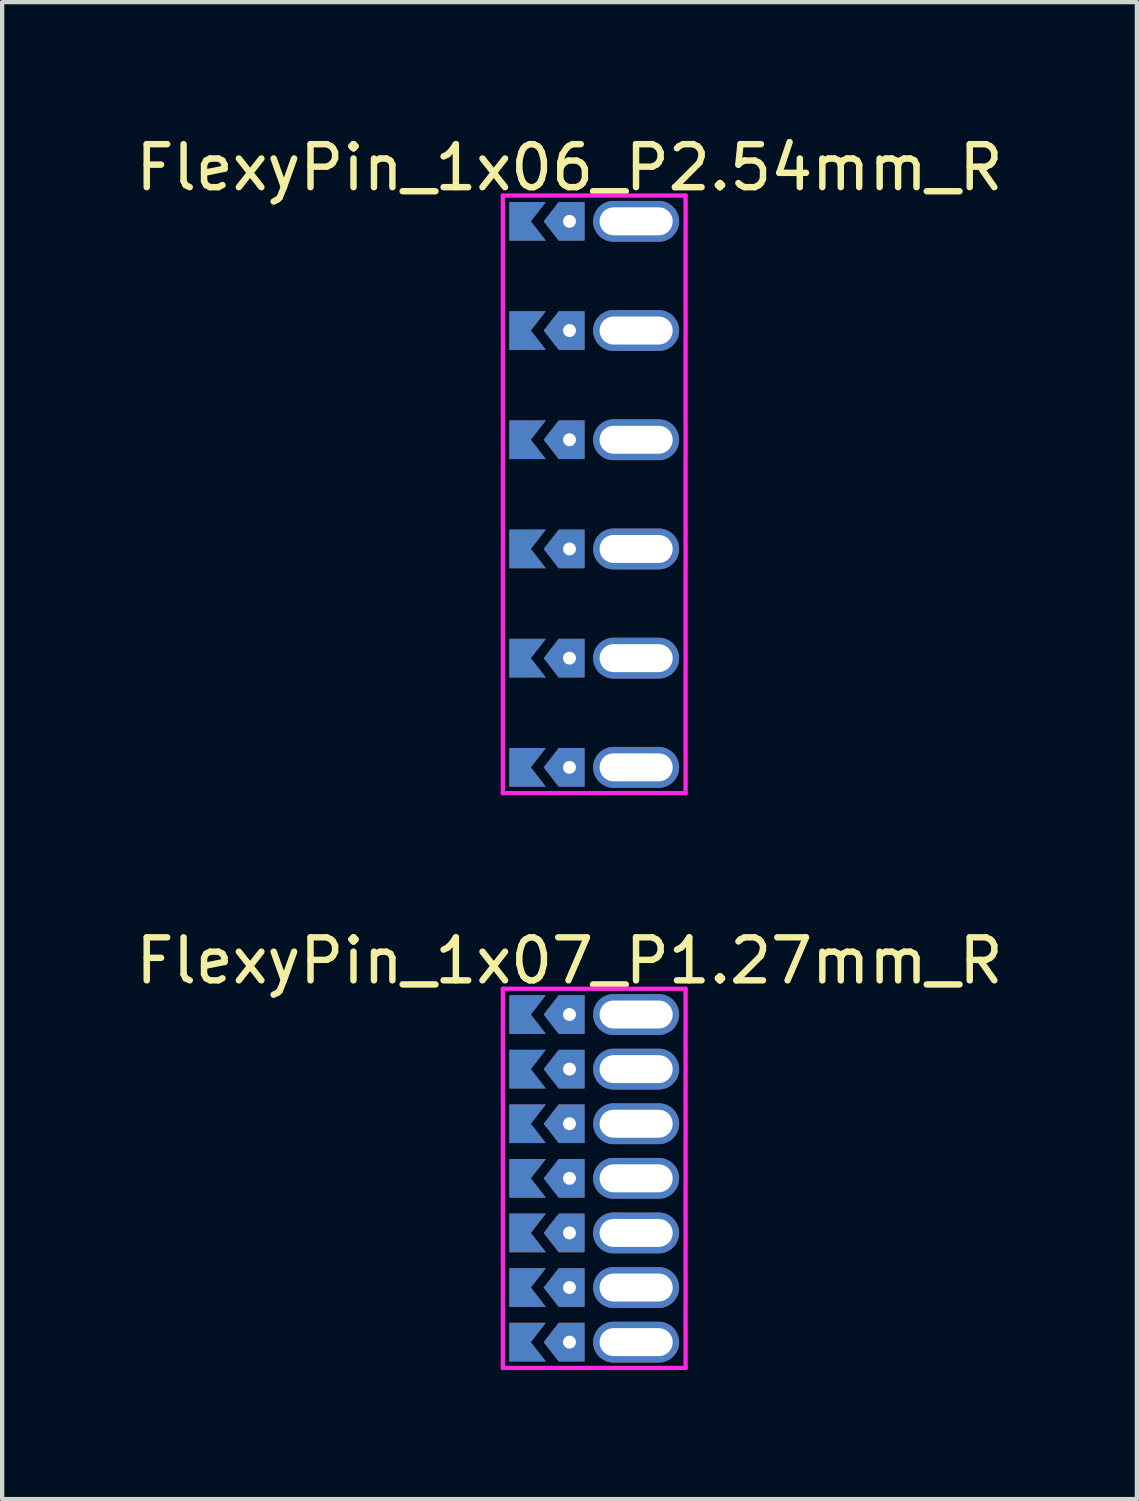
<source format=kicad_pcb>
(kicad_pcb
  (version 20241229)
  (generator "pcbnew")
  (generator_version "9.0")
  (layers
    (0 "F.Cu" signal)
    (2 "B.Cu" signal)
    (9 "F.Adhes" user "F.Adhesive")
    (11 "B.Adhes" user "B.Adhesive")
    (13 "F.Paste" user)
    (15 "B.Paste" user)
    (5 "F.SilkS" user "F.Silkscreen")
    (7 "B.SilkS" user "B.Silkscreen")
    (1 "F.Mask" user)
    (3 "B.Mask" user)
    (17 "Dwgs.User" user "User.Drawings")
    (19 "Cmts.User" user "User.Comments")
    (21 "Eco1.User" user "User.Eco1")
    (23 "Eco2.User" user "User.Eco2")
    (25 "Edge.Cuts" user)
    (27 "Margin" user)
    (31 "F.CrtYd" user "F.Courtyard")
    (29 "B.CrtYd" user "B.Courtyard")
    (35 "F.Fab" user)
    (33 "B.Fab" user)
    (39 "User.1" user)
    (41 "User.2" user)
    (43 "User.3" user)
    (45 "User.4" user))
  (footprint "FlexyPin_1x07_P1.27mm_R"
    (layer "F.Cu")
    (at 10.196 20.547)
    (property "Reference" "FlexyPin_1x07_P1.27mm_R" (at 0 -1.25 0) (layer "F.SilkS") (effects (font (size 1 1) (thickness 0.15))))
    (attr through_hole)
    (fp_line (start -1.55 -0.6) (end 2.7 -0.6) (stroke (width 0.1) (type solid)) (layer "F.CrtYd"))
    (fp_line (start -1.55 8.22) (end -1.55 -0.6) (stroke (width 0.1) (type solid)) (layer "F.CrtYd"))
    (fp_line (start 2.7 -0.6) (end 2.7 8.22) (stroke (width 0.1) (type solid)) (layer "F.CrtYd"))
    (fp_line (start 2.7 8.22) (end -1.55 8.22) (stroke (width 0.1) (type solid)) (layer "F.CrtYd"))
    (pad "" thru_hole custom (at 0 0) (size 0.3 0.3) (drill 0.6) (layers "*.Cu" "*.Mask") (options (anchor rect)) (primitives (gr_poly (pts (xy 0.35 0.45) (xy 0.35 -0.45) (xy -0.25 -0.45) (xy -0.6 0) (xy -0.25 0.45)) (width 0) (fill yes))))
    (pad "" thru_hole custom (at 0 1.27) (size 0.3 0.3) (drill 0.6) (layers "*.Cu" "*.Mask") (options (anchor rect)) (primitives (gr_poly (pts (xy 0.35 0.45) (xy 0.35 -0.45) (xy -0.25 -0.45) (xy -0.6 0) (xy -0.25 0.45)) (width 0) (fill yes))))
    (pad "" thru_hole custom (at 0 2.54) (size 0.3 0.3) (drill 0.6) (layers "*.Cu" "*.Mask") (options (anchor rect)) (primitives (gr_poly (pts (xy 0.35 0.45) (xy 0.35 -0.45) (xy -0.25 -0.45) (xy -0.6 0) (xy -0.25 0.45)) (width 0) (fill yes))))
    (pad "" thru_hole custom (at 0 3.81) (size 0.3 0.3) (drill 0.6) (layers "*.Cu" "*.Mask") (options (anchor rect)) (primitives (gr_poly (pts (xy 0.35 0.45) (xy 0.35 -0.45) (xy -0.25 -0.45) (xy -0.6 0) (xy -0.25 0.45)) (width 0) (fill yes))))
    (pad "" thru_hole custom (at 0 5.08) (size 0.3 0.3) (drill 0.6) (layers "*.Cu" "*.Mask") (options (anchor rect)) (primitives (gr_poly (pts (xy 0.35 0.45) (xy 0.35 -0.45) (xy -0.25 -0.45) (xy -0.6 0) (xy -0.25 0.45)) (width 0) (fill yes))))
    (pad "" thru_hole custom (at 0 6.35) (size 0.3 0.3) (drill 0.6) (layers "*.Cu" "*.Mask") (options (anchor rect)) (primitives (gr_poly (pts (xy 0.35 0.45) (xy 0.35 -0.45) (xy -0.25 -0.45) (xy -0.6 0) (xy -0.25 0.45)) (width 0) (fill yes))))
    (pad "" thru_hole custom (at 0 7.62) (size 0.3 0.3) (drill 0.6) (layers "*.Cu" "*.Mask") (options (anchor rect)) (primitives (gr_poly (pts (xy 0.35 0.45) (xy 0.35 -0.45) (xy -0.25 -0.45) (xy -0.6 0) (xy -0.25 0.45)) (width 0) (fill yes))))
    (pad "" thru_hole oval (at 1.55 0) (size 2 0.95) (drill oval 1.7 0.65) (layers "*.Cu" "*.Mask"))
    (pad "" thru_hole oval (at 1.55 1.27) (size 2 0.95) (drill oval 1.7 0.65) (layers "*.Cu" "*.Mask"))
    (pad "" thru_hole oval (at 1.55 2.54) (size 2 0.95) (drill oval 1.7 0.65) (layers "*.Cu" "*.Mask"))
    (pad "" thru_hole oval (at 1.55 3.81) (size 2 0.95) (drill oval 1.7 0.65) (layers "*.Cu" "*.Mask"))
    (pad "" thru_hole oval (at 1.55 5.08) (size 2 0.95) (drill oval 1.7 0.65) (layers "*.Cu" "*.Mask"))
    (pad "" thru_hole oval (at 1.55 6.35) (size 2 0.95) (drill oval 1.7 0.65) (layers "*.Cu" "*.Mask"))
    (pad "" thru_hole oval (at 1.55 7.62) (size 2 0.95) (drill oval 1.7 0.65) (layers "*.Cu" "*.Mask"))
    (pad "1" smd custom (at -0.9 0) (size 0.01 0.01) (layers "F.Cu" "F.Mask") (options (anchor rect)) (primitives (gr_poly (pts (xy 0 0) (xy 0.35 0.45) (xy -0.5 0.45) (xy -0.5 -0.45) (xy 0.35 -0.45)) (width 0) (fill yes))))
    (pad "2" smd custom (at -0.9 1.27) (size 0.01 0.01) (layers "F.Cu" "F.Mask") (options (anchor rect)) (primitives (gr_poly (pts (xy 0 0) (xy 0.35 0.45) (xy -0.5 0.45) (xy -0.5 -0.45) (xy 0.35 -0.45)) (width 0) (fill yes))))
    (pad "3" smd custom (at -0.9 2.54) (size 0.01 0.01) (layers "F.Cu" "F.Mask") (options (anchor rect)) (primitives (gr_poly (pts (xy 0 0) (xy 0.35 0.45) (xy -0.5 0.45) (xy -0.5 -0.45) (xy 0.35 -0.45)) (width 0) (fill yes))))
    (pad "4" smd custom (at -0.9 3.81) (size 0.01 0.01) (layers "F.Cu" "F.Mask") (options (anchor rect)) (primitives (gr_poly (pts (xy 0 0) (xy 0.35 0.45) (xy -0.5 0.45) (xy -0.5 -0.45) (xy 0.35 -0.45)) (width 0) (fill yes))))
    (pad "5" smd custom (at -0.9 5.08) (size 0.01 0.01) (layers "F.Cu" "F.Mask") (options (anchor rect)) (primitives (gr_poly (pts (xy 0 0) (xy 0.35 0.45) (xy -0.5 0.45) (xy -0.5 -0.45) (xy 0.35 -0.45)) (width 0) (fill yes))))
    (pad "6" smd custom (at -0.9 6.35) (size 0.01 0.01) (layers "F.Cu" "F.Mask") (options (anchor rect)) (primitives (gr_poly (pts (xy 0 0) (xy 0.35 0.45) (xy -0.5 0.45) (xy -0.5 -0.45) (xy 0.35 -0.45)) (width 0) (fill yes))))
    (pad "7" smd custom (at -0.9 7.62) (size 0.01 0.01) (layers "F.Cu" "F.Mask") (options (anchor rect)) (primitives (gr_poly (pts (xy 0 0) (xy 0.35 0.45) (xy -0.5 0.45) (xy -0.5 -0.45) (xy 0.35 -0.45)) (width 0) (fill yes))))
    (pad "8" smd custom (at -0.9 0) (size 0.01 0.01) (layers "B.Cu" "B.Mask") (options (anchor rect)) (primitives (gr_poly (pts (xy 0 0) (xy 0.35 0.45) (xy -0.5 0.45) (xy -0.5 -0.45) (xy 0.35 -0.45)) (width 0) (fill yes))))
    (pad "9" smd custom (at -0.9 1.27) (size 0.01 0.01) (layers "B.Cu" "B.Mask") (options (anchor rect)) (primitives (gr_poly (pts (xy 0 0) (xy 0.35 0.45) (xy -0.5 0.45) (xy -0.5 -0.45) (xy 0.35 -0.45)) (width 0) (fill yes))))
    (pad "10" smd custom (at -0.9 2.54) (size 0.01 0.01) (layers "B.Cu" "B.Mask") (options (anchor rect)) (primitives (gr_poly (pts (xy 0 0) (xy 0.35 0.45) (xy -0.5 0.45) (xy -0.5 -0.45) (xy 0.35 -0.45)) (width 0) (fill yes))))
    (pad "11" smd custom (at -0.9 3.81) (size 0.01 0.01) (layers "B.Cu" "B.Mask") (options (anchor rect)) (primitives (gr_poly (pts (xy 0 0) (xy 0.35 0.45) (xy -0.5 0.45) (xy -0.5 -0.45) (xy 0.35 -0.45)) (width 0) (fill yes))))
    (pad "12" smd custom (at -0.9 5.08) (size 0.01 0.01) (layers "B.Cu" "B.Mask") (options (anchor rect)) (primitives (gr_poly (pts (xy 0 0) (xy 0.35 0.45) (xy -0.5 0.45) (xy -0.5 -0.45) (xy 0.35 -0.45)) (width 0) (fill yes))))
    (pad "13" smd custom (at -0.9 6.35) (size 0.01 0.01) (layers "B.Cu" "B.Mask") (options (anchor rect)) (primitives (gr_poly (pts (xy 0 0) (xy 0.35 0.45) (xy -0.5 0.45) (xy -0.5 -0.45) (xy 0.35 -0.45)) (width 0) (fill yes))))
    (pad "14" smd custom (at -0.9 7.62) (size 0.01 0.01) (layers "B.Cu" "B.Mask") (options (anchor rect)) (primitives (gr_poly (pts (xy 0 0) (xy 0.35 0.45) (xy -0.5 0.45) (xy -0.5 -0.45) (xy 0.35 -0.45)) (width 0) (fill yes)))))
  (footprint "FlexyPin_1x06_P2.54mm_R"
    (layer "F.Cu")
    (at 10.196 2.098)
    (property "Reference" "FlexyPin_1x06_P2.54mm_R" (at 0 -1.25 0) (layer "F.SilkS") (effects (font (size 1 1) (thickness 0.15))))
    (attr through_hole)
    (fp_line (start -1.55 -0.6) (end 2.7 -0.6) (stroke (width 0.1) (type solid)) (layer "F.CrtYd"))
    (fp_line (start -1.55 13.3) (end -1.55 -0.6) (stroke (width 0.1) (type solid)) (layer "F.CrtYd"))
    (fp_line (start 2.7 -0.6) (end 2.7 13.3) (stroke (width 0.1) (type solid)) (layer "F.CrtYd"))
    (fp_line (start 2.7 13.3) (end -1.55 13.3) (stroke (width 0.1) (type solid)) (layer "F.CrtYd"))
    (pad "" thru_hole custom (at 0 0) (size 0.3 0.3) (drill 0.6) (layers "*.Cu" "*.Mask") (options (anchor rect)) (primitives (gr_poly (pts (xy 0.35 0.45) (xy 0.35 -0.45) (xy -0.25 -0.45) (xy -0.6 0) (xy -0.25 0.45)) (width 0) (fill yes))))
    (pad "" thru_hole custom (at 0 2.54) (size 0.3 0.3) (drill 0.6) (layers "*.Cu" "*.Mask") (options (anchor rect)) (primitives (gr_poly (pts (xy 0.35 0.45) (xy 0.35 -0.45) (xy -0.25 -0.45) (xy -0.6 0) (xy -0.25 0.45)) (width 0) (fill yes))))
    (pad "" thru_hole custom (at 0 5.08) (size 0.3 0.3) (drill 0.6) (layers "*.Cu" "*.Mask") (options (anchor rect)) (primitives (gr_poly (pts (xy 0.35 0.45) (xy 0.35 -0.45) (xy -0.25 -0.45) (xy -0.6 0) (xy -0.25 0.45)) (width 0) (fill yes))))
    (pad "" thru_hole custom (at 0 7.62) (size 0.3 0.3) (drill 0.6) (layers "*.Cu" "*.Mask") (options (anchor rect)) (primitives (gr_poly (pts (xy 0.35 0.45) (xy 0.35 -0.45) (xy -0.25 -0.45) (xy -0.6 0) (xy -0.25 0.45)) (width 0) (fill yes))))
    (pad "" thru_hole custom (at 0 10.16) (size 0.3 0.3) (drill 0.6) (layers "*.Cu" "*.Mask") (options (anchor rect)) (primitives (gr_poly (pts (xy 0.35 0.45) (xy 0.35 -0.45) (xy -0.25 -0.45) (xy -0.6 0) (xy -0.25 0.45)) (width 0) (fill yes))))
    (pad "" thru_hole custom (at 0 12.7) (size 0.3 0.3) (drill 0.6) (layers "*.Cu" "*.Mask") (options (anchor rect)) (primitives (gr_poly (pts (xy 0.35 0.45) (xy 0.35 -0.45) (xy -0.25 -0.45) (xy -0.6 0) (xy -0.25 0.45)) (width 0) (fill yes))))
    (pad "" thru_hole oval (at 1.55 0) (size 2 0.95) (drill oval 1.7 0.65) (layers "*.Cu" "*.Mask"))
    (pad "" thru_hole oval (at 1.55 2.54) (size 2 0.95) (drill oval 1.7 0.65) (layers "*.Cu" "*.Mask"))
    (pad "" thru_hole oval (at 1.55 5.08) (size 2 0.95) (drill oval 1.7 0.65) (layers "*.Cu" "*.Mask"))
    (pad "" thru_hole oval (at 1.55 7.62) (size 2 0.95) (drill oval 1.7 0.65) (layers "*.Cu" "*.Mask"))
    (pad "" thru_hole oval (at 1.55 10.16) (size 2 0.95) (drill oval 1.7 0.65) (layers "*.Cu" "*.Mask"))
    (pad "" thru_hole oval (at 1.55 12.7) (size 2 0.95) (drill oval 1.7 0.65) (layers "*.Cu" "*.Mask"))
    (pad "1" smd custom (at -0.9 0) (size 0.01 0.01) (layers "F.Cu" "F.Mask") (options (anchor rect)) (primitives (gr_poly (pts (xy 0 0) (xy 0.35 0.45) (xy -0.5 0.45) (xy -0.5 -0.45) (xy 0.35 -0.45)) (width 0) (fill yes))))
    (pad "2" smd custom (at -0.9 2.54) (size 0.01 0.01) (layers "F.Cu" "F.Mask") (options (anchor rect)) (primitives (gr_poly (pts (xy 0 0) (xy 0.35 0.45) (xy -0.5 0.45) (xy -0.5 -0.45) (xy 0.35 -0.45)) (width 0) (fill yes))))
    (pad "3" smd custom (at -0.9 5.08) (size 0.01 0.01) (layers "F.Cu" "F.Mask") (options (anchor rect)) (primitives (gr_poly (pts (xy 0 0) (xy 0.35 0.45) (xy -0.5 0.45) (xy -0.5 -0.45) (xy 0.35 -0.45)) (width 0) (fill yes))))
    (pad "4" smd custom (at -0.9 7.62) (size 0.01 0.01) (layers "F.Cu" "F.Mask") (options (anchor rect)) (primitives (gr_poly (pts (xy 0 0) (xy 0.35 0.45) (xy -0.5 0.45) (xy -0.5 -0.45) (xy 0.35 -0.45)) (width 0) (fill yes))))
    (pad "5" smd custom (at -0.9 10.16) (size 0.01 0.01) (layers "F.Cu" "F.Mask") (options (anchor rect)) (primitives (gr_poly (pts (xy 0 0) (xy 0.35 0.45) (xy -0.5 0.45) (xy -0.5 -0.45) (xy 0.35 -0.45)) (width 0) (fill yes))))
    (pad "6" smd custom (at -0.9 12.7) (size 0.01 0.01) (layers "F.Cu" "F.Mask") (options (anchor rect)) (primitives (gr_poly (pts (xy 0 0) (xy 0.35 0.45) (xy -0.5 0.45) (xy -0.5 -0.45) (xy 0.35 -0.45)) (width 0) (fill yes))))
    (pad "7" smd custom (at -0.9 0) (size 0.01 0.01) (layers "B.Cu" "B.Mask") (options (anchor rect)) (primitives (gr_poly (pts (xy 0 0) (xy 0.35 0.45) (xy -0.5 0.45) (xy -0.5 -0.45) (xy 0.35 -0.45)) (width 0) (fill yes))))
    (pad "8" smd custom (at -0.9 2.54) (size 0.01 0.01) (layers "B.Cu" "B.Mask") (options (anchor rect)) (primitives (gr_poly (pts (xy 0 0) (xy 0.35 0.45) (xy -0.5 0.45) (xy -0.5 -0.45) (xy 0.35 -0.45)) (width 0) (fill yes))))
    (pad "9" smd custom (at -0.9 5.08) (size 0.01 0.01) (layers "B.Cu" "B.Mask") (options (anchor rect)) (primitives (gr_poly (pts (xy 0 0) (xy 0.35 0.45) (xy -0.5 0.45) (xy -0.5 -0.45) (xy 0.35 -0.45)) (width 0) (fill yes))))
    (pad "10" smd custom (at -0.9 7.62) (size 0.01 0.01) (layers "B.Cu" "B.Mask") (options (anchor rect)) (primitives (gr_poly (pts (xy 0 0) (xy 0.35 0.45) (xy -0.5 0.45) (xy -0.5 -0.45) (xy 0.35 -0.45)) (width 0) (fill yes))))
    (pad "11" smd custom (at -0.9 10.16) (size 0.01 0.01) (layers "B.Cu" "B.Mask") (options (anchor rect)) (primitives (gr_poly (pts (xy 0 0) (xy 0.35 0.45) (xy -0.5 0.45) (xy -0.5 -0.45) (xy 0.35 -0.45)) (width 0) (fill yes))))
    (pad "12" smd custom (at -0.9 12.7) (size 0.01 0.01) (layers "B.Cu" "B.Mask") (options (anchor rect)) (primitives (gr_poly (pts (xy 0 0) (xy 0.35 0.45) (xy -0.5 0.45) (xy -0.5 -0.45) (xy 0.35 -0.45)) (width 0) (fill yes)))))
  (gr_rect
    (start -3 -3)
    (end 23.393 31.817)
    (stroke (width 0.1) (type default))
    (fill no)
    (layer "Edge.Cuts")))
</source>
